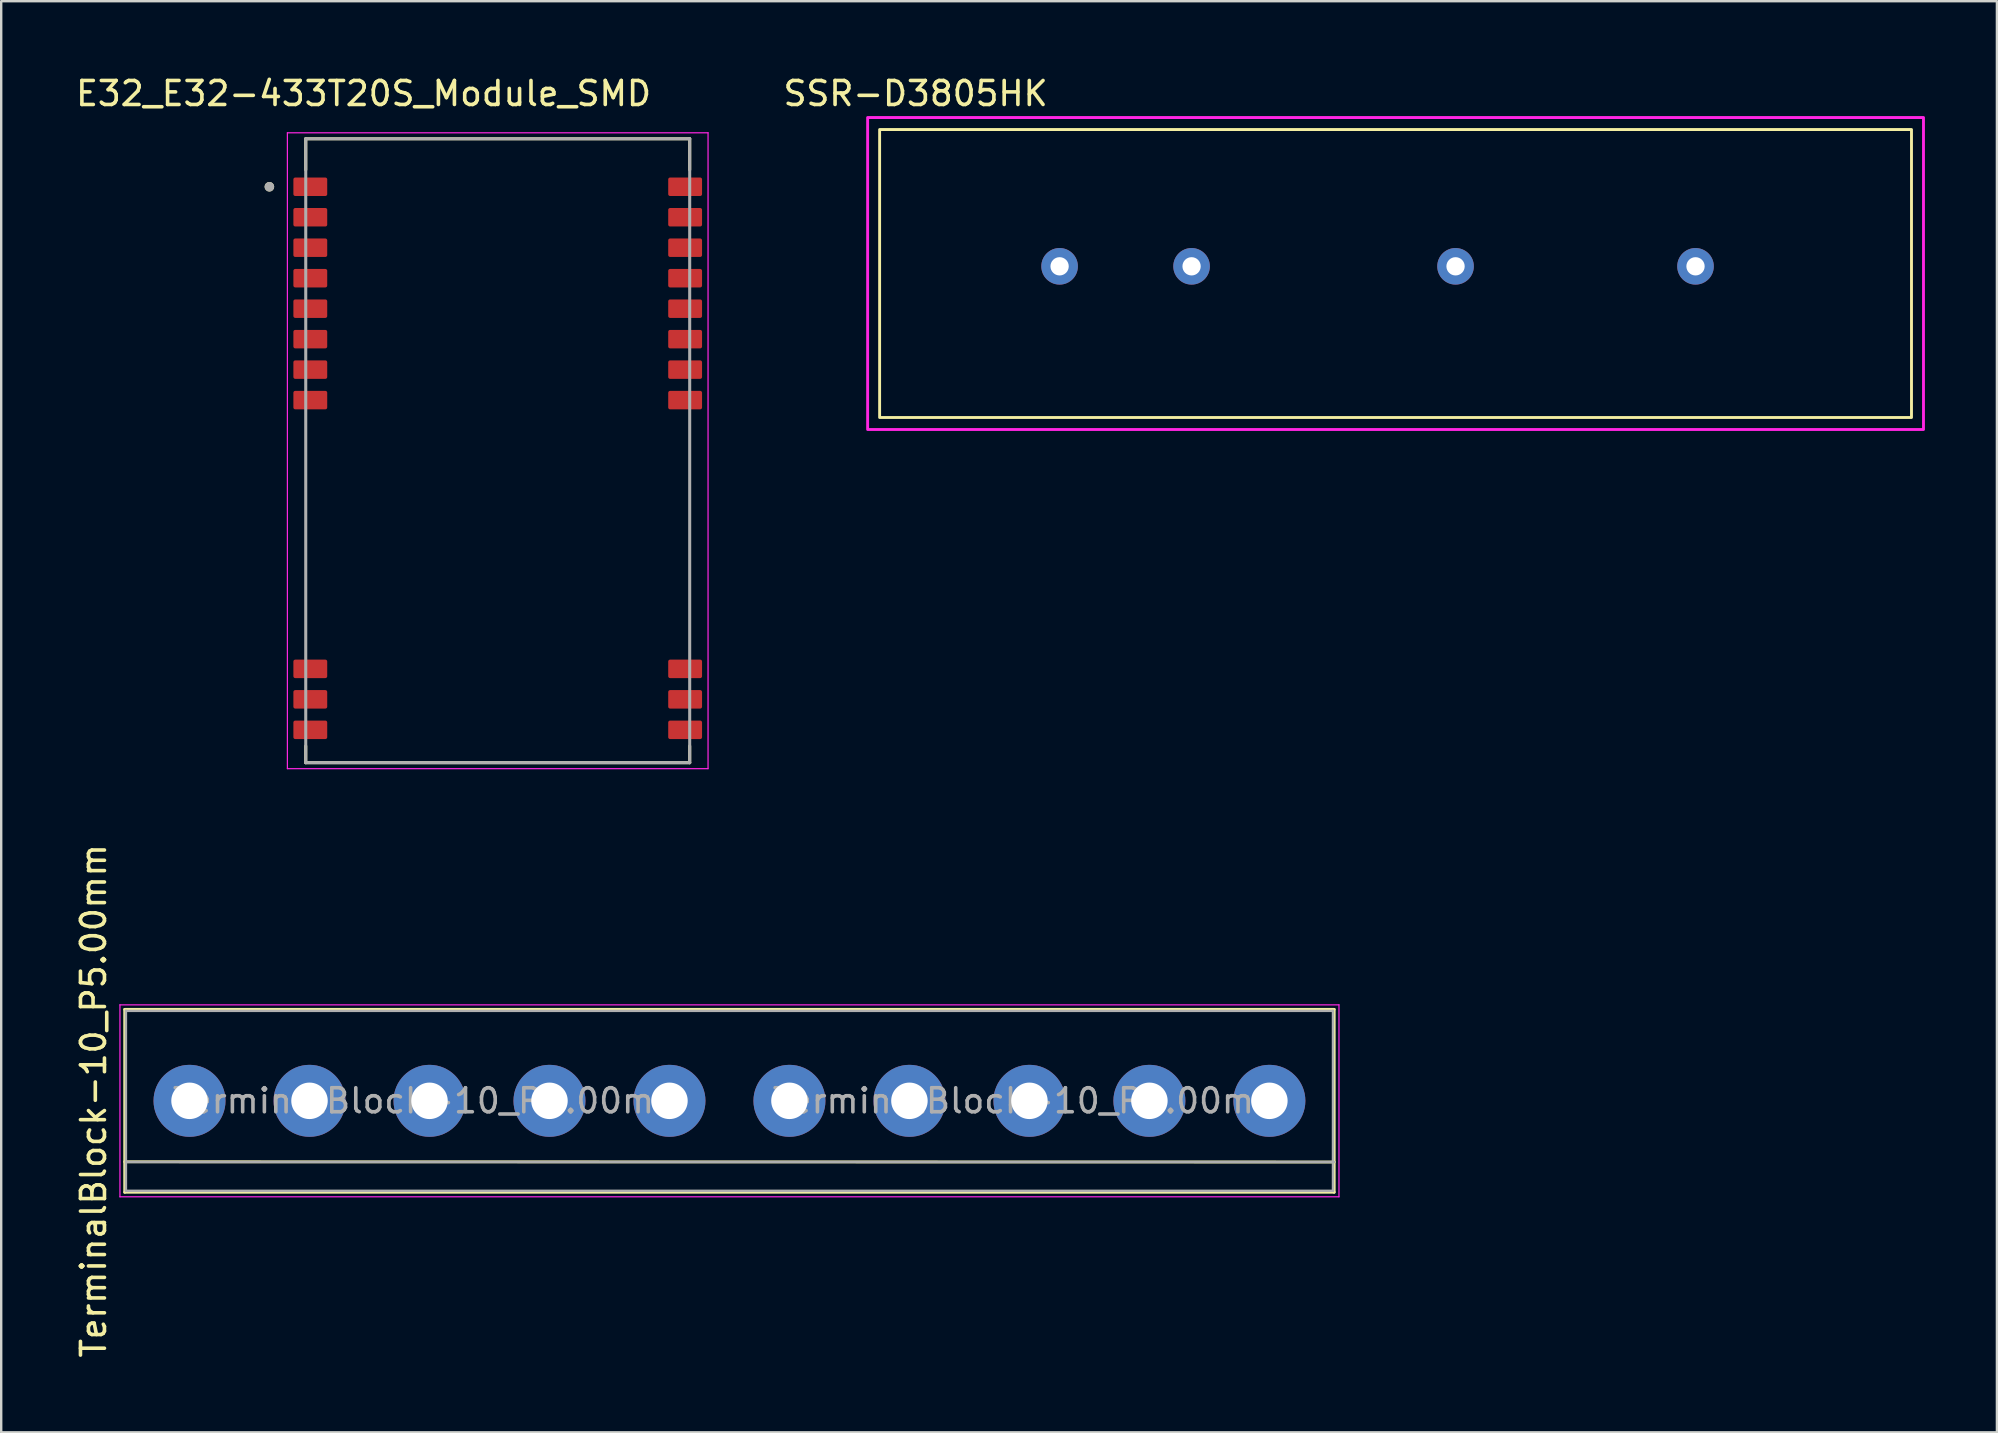
<source format=kicad_pcb>
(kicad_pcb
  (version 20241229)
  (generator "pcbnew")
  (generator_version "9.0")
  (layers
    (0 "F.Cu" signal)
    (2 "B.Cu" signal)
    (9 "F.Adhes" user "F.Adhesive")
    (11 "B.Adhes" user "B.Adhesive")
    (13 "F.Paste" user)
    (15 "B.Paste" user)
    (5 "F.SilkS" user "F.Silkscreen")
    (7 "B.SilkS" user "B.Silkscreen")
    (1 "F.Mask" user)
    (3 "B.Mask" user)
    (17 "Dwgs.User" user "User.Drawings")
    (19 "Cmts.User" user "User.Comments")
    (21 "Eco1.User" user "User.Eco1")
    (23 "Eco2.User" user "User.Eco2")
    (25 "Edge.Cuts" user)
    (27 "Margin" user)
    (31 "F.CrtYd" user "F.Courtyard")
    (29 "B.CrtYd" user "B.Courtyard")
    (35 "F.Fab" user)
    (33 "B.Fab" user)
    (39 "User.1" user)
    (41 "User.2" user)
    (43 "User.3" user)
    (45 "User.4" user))
  (footprint "E32_E32-433T20S_Module_SMD"
    (layer "F.Cu")
    (at 17.691 15.733)
    (property "Reference" "E32_E32-433T20S_Module_SMD" (at -5.59 -14.885 0) (layer "F.SilkS") (effects (font (size 1 1) (thickness 0.15))))
    (attr smd)
    (fp_line (start -8 -13) (end 8 -13) (stroke (width 0.127) (type solid)) (layer "F.SilkS"))
    (fp_line (start -8 -11.705) (end -8 -13) (stroke (width 0.127) (type solid)) (layer "F.SilkS"))
    (fp_line (start -8 13) (end -8 12.305) (stroke (width 0.127) (type solid)) (layer "F.SilkS"))
    (fp_line (start 8 -13) (end 8 -11.705) (stroke (width 0.127) (type solid)) (layer "F.SilkS"))
    (fp_line (start 8 13) (end -8 13) (stroke (width 0.127) (type solid)) (layer "F.SilkS"))
    (fp_line (start 8 13) (end 8 12.305) (stroke (width 0.127) (type solid)) (layer "F.SilkS"))
    (fp_circle (center -9.515 -11) (end -9.415 -11) (stroke (width 0.2) (type solid)) (fill no) (layer "F.SilkS"))
    (fp_line (start -8.765 -13.25) (end -8.765 13.25) (stroke (width 0.05) (type solid)) (layer "F.CrtYd"))
    (fp_line (start -8.765 13.25) (end 8.765 13.25) (stroke (width 0.05) (type solid)) (layer "F.CrtYd"))
    (fp_line (start 8.765 -13.25) (end -8.765 -13.25) (stroke (width 0.05) (type solid)) (layer "F.CrtYd"))
    (fp_line (start 8.765 13.25) (end 8.765 -13.25) (stroke (width 0.05) (type solid)) (layer "F.CrtYd"))
    (fp_line (start -8 -13) (end 8 -13) (stroke (width 0.127) (type solid)) (layer "F.Fab"))
    (fp_line (start -8 13) (end -8 -13) (stroke (width 0.127) (type solid)) (layer "F.Fab"))
    (fp_line (start 8 -13) (end 8 13) (stroke (width 0.127) (type solid)) (layer "F.Fab"))
    (fp_line (start 8 13) (end -8 13) (stroke (width 0.127) (type solid)) (layer "F.Fab"))
    (fp_circle (center -9.515 -11) (end -9.415 -11) (stroke (width 0.2) (type solid)) (fill no) (layer "F.Fab"))
    (pad "1" smd roundrect (at -7.81 -11) (size 1.41 0.77) (layers "F.Cu" "F.Mask" "F.Paste") (roundrect_rratio 0.1))
    (pad "2" smd roundrect (at -7.81 -9.73) (size 1.41 0.77) (layers "F.Cu" "F.Mask" "F.Paste") (roundrect_rratio 0.1))
    (pad "3" smd roundrect (at -7.81 -8.46) (size 1.41 0.77) (layers "F.Cu" "F.Mask" "F.Paste") (roundrect_rratio 0.1))
    (pad "4" smd roundrect (at -7.81 -7.19) (size 1.41 0.77) (layers "F.Cu" "F.Mask" "F.Paste") (roundrect_rratio 0.1))
    (pad "5" smd roundrect (at -7.81 -5.92) (size 1.41 0.77) (layers "F.Cu" "F.Mask" "F.Paste") (roundrect_rratio 0.1))
    (pad "6" smd roundrect (at -7.81 -4.65) (size 1.41 0.77) (layers "F.Cu" "F.Mask" "F.Paste") (roundrect_rratio 0.1))
    (pad "7" smd roundrect (at -7.81 -3.38) (size 1.41 0.77) (layers "F.Cu" "F.Mask" "F.Paste") (roundrect_rratio 0.1))
    (pad "8" smd roundrect (at -7.81 -2.11) (size 1.41 0.77) (layers "F.Cu" "F.Mask" "F.Paste") (roundrect_rratio 0.1))
    (pad "11" smd roundrect (at -7.81 9.09) (size 1.41 0.77) (layers "F.Cu" "F.Mask" "F.Paste") (roundrect_rratio 0.1))
    (pad "12" smd roundrect (at -7.81 10.36) (size 1.41 0.77) (layers "F.Cu" "F.Mask" "F.Paste") (roundrect_rratio 0.1))
    (pad "13" smd roundrect (at -7.81 11.63) (size 1.41 0.77) (layers "F.Cu" "F.Mask" "F.Paste") (roundrect_rratio 0.1))
    (pad "14" smd roundrect (at 7.81 11.63) (size 1.41 0.77) (layers "F.Cu" "F.Mask" "F.Paste") (roundrect_rratio 0.1))
    (pad "15" smd roundrect (at 7.81 10.36) (size 1.41 0.77) (layers "F.Cu" "F.Mask" "F.Paste") (roundrect_rratio 0.1))
    (pad "16" smd roundrect (at 7.81 9.09) (size 1.41 0.77) (layers "F.Cu" "F.Mask" "F.Paste") (roundrect_rratio 0.1))
    (pad "19" smd roundrect (at 7.81 -2.11) (size 1.41 0.77) (layers "F.Cu" "F.Mask" "F.Paste") (roundrect_rratio 0.1))
    (pad "20" smd roundrect (at 7.81 -3.38) (size 1.41 0.77) (layers "F.Cu" "F.Mask" "F.Paste") (roundrect_rratio 0.1))
    (pad "21" smd roundrect (at 7.81 -4.65) (size 1.41 0.77) (layers "F.Cu" "F.Mask" "F.Paste") (roundrect_rratio 0.1))
    (pad "22" smd roundrect (at 7.81 -5.92) (size 1.41 0.77) (layers "F.Cu" "F.Mask" "F.Paste") (roundrect_rratio 0.1))
    (pad "23" smd roundrect (at 7.81 -7.19) (size 1.41 0.77) (layers "F.Cu" "F.Mask" "F.Paste") (roundrect_rratio 0.1))
    (pad "24" smd roundrect (at 7.81 -8.46) (size 1.41 0.77) (layers "F.Cu" "F.Mask" "F.Paste") (roundrect_rratio 0.1))
    (pad "25" smd roundrect (at 7.81 -9.73) (size 1.41 0.77) (layers "F.Cu" "F.Mask" "F.Paste") (roundrect_rratio 0.1))
    (pad "26" smd roundrect (at 7.81 -11) (size 1.41 0.77) (layers "F.Cu" "F.Mask" "F.Paste") (roundrect_rratio 0.1)))
  (footprint "SSR-D3805HK"
    (layer "F.Cu")
    (at 33.606 14.348)
    (property "Reference" "SSR-D3805HK" (at 1.5 -13.5 0) (unlocked yes) (layer "F.SilkS") (effects (font (size 1 1) (thickness 0.15))))
    (attr through_hole)
    (fp_rect (start 0 -12) (end 43 0) (stroke (width 0.12) (type solid)) (fill no) (layer "F.SilkS"))
    (fp_rect (start -0.5 -12.5) (end 43.5 0.5) (stroke (width 0.12) (type solid)) (fill no) (layer "F.CrtYd"))
    (pad "1" thru_hole circle (at 7.5 -6.3) (size 1.524 1.524) (drill 0.762) (layers "*.Cu" "*.Mask"))
    (pad "2" thru_hole circle (at 13 -6.3) (size 1.524 1.524) (drill 0.762) (layers "*.Cu" "*.Mask"))
    (pad "3" thru_hole circle (at 24 -6.3) (size 1.524 1.524) (drill 0.762) (layers "*.Cu" "*.Mask"))
    (pad "4" thru_hole circle (at 34 -6.3) (size 1.524 1.524) (drill 0.762) (layers "*.Cu" "*.Mask")))
  (footprint "TerminalBlock-10_P5.00mm"
    (layer "F.Cu")
    (at 24.848 42.824)
    (property "Reference" "TerminalBlock-10_P5.00mm" (at -24 0 270) (layer "F.SilkS") (effects (font (size 1 1) (thickness 0.15))))
    (attr through_hole)
    (fp_line (start -22.7 -3.81) (end -22.7 3.81) (stroke (width 0.12) (type solid)) (layer "F.SilkS"))
    (fp_line (start -22.7 -3.81) (end 27.7 -3.81) (stroke (width 0.12) (type solid)) (layer "F.SilkS"))
    (fp_line (start -22.7 2.54) (end 27.7 2.55) (stroke (width 0.12) (type solid)) (layer "F.SilkS"))
    (fp_line (start -22.7 3.81) (end 27.7 3.81) (stroke (width 0.12) (type solid)) (layer "F.SilkS"))
    (fp_line (start 27.7 -3.81) (end 27.7 3.81) (stroke (width 0.12) (type solid)) (layer "F.SilkS"))
    (fp_line (start -22.9 -4) (end -22.9 4) (stroke (width 0.05) (type solid)) (layer "F.CrtYd"))
    (fp_line (start -22.9 -4) (end 27.9 -4) (stroke (width 0.05) (type solid)) (layer "F.CrtYd"))
    (fp_line (start 27.9 4) (end -22.9 4) (stroke (width 0.05) (type solid)) (layer "F.CrtYd"))
    (fp_line (start 27.9 4) (end 27.9 -4) (stroke (width 0.05) (type solid)) (layer "F.CrtYd"))
    (fp_line (start -22.65 -3.75) (end -22.65 3.75) (stroke (width 0.1) (type solid)) (layer "F.Fab"))
    (fp_line (start -22.65 2.55) (end 27.7 2.55) (stroke (width 0.1) (type solid)) (layer "F.Fab"))
    (fp_line (start -22.65 3.75) (end 27.65 3.75) (stroke (width 0.1) (type solid)) (layer "F.Fab"))
    (fp_line (start 27.65 -3.75) (end -22.65 -3.75) (stroke (width 0.1) (type solid)) (layer "F.Fab"))
    (fp_line (start 27.65 3.75) (end 27.65 -3.75) (stroke (width 0.1) (type solid)) (layer "F.Fab"))
    (fp_text user "${REFERENCE}" (at 15 0 0) (layer "F.Fab") (effects (font (size 1 1) (thickness 0.15))))
    (fp_text user "${REFERENCE}" (at -10 0 0) (layer "F.Fab") (effects (font (size 1 1) (thickness 0.15))))
    (pad "1" thru_hole circle (at -20 0) (size 3 3) (drill 1.52) (layers "*.Cu" "*.Mask"))
    (pad "2" thru_hole circle (at -15 0) (size 3 3) (drill 1.52) (layers "*.Cu" "*.Mask"))
    (pad "3" thru_hole circle (at -10 0) (size 3 3) (drill 1.52) (layers "*.Cu" "*.Mask"))
    (pad "4" thru_hole circle (at -5 0) (size 3 3) (drill 1.52) (layers "*.Cu" "*.Mask"))
    (pad "5" thru_hole circle (at 0 0) (size 3 3) (drill 1.52) (layers "*.Cu" "*.Mask"))
    (pad "6" thru_hole circle (at 5 0) (size 3 3) (drill 1.52) (layers "*.Cu" "*.Mask"))
    (pad "7" thru_hole circle (at 10 0) (size 3 3) (drill 1.52) (layers "*.Cu" "*.Mask"))
    (pad "8" thru_hole circle (at 15 0) (size 3 3) (drill 1.52) (layers "*.Cu" "*.Mask"))
    (pad "9" thru_hole circle (at 20 0) (size 3 3) (drill 1.52) (layers "*.Cu" "*.Mask"))
    (pad "10" thru_hole circle (at 25 0) (size 3 3) (drill 1.52) (layers "*.Cu" "*.Mask")))
  (gr_rect
    (start -3 -3)
    (end 80.166 56.639)
    (stroke (width 0.1) (type default))
    (fill no)
    (layer "Edge.Cuts")))
</source>
